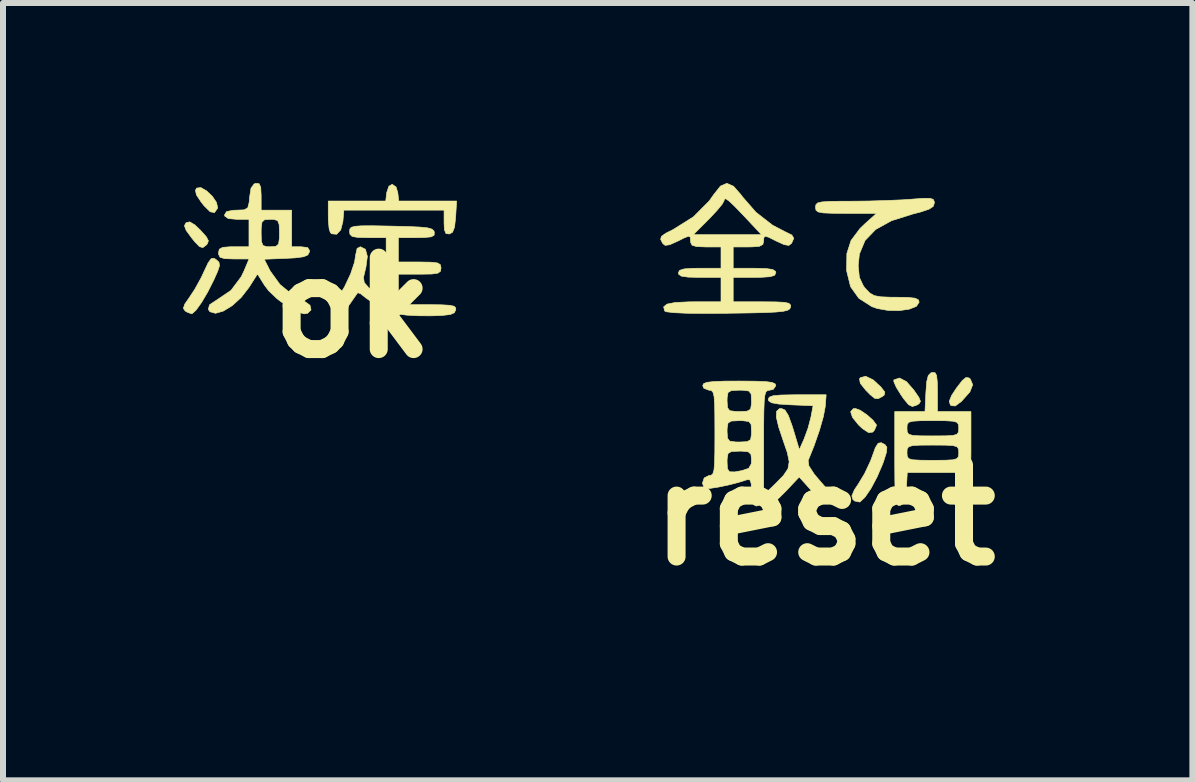
<source format=kicad_pcb>
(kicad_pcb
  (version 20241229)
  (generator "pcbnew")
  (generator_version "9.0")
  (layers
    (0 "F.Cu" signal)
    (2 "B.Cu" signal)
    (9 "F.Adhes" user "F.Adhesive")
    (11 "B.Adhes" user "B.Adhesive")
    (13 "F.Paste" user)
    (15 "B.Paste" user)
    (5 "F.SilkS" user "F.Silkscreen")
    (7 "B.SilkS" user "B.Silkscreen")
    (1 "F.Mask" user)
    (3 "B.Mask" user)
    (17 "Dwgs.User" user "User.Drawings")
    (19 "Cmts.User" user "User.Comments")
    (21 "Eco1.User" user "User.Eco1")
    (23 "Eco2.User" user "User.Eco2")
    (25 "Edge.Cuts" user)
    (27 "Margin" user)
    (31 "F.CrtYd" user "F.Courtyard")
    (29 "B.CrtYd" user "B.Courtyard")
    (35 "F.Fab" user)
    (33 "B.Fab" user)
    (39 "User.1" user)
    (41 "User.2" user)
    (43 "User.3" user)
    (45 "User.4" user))
  (footprint "ok"
    (layer "F.Cu")
    (at 2.826 2.078)
    (property "Reference" "ok" (at 0 0 0) (layer "F.SilkS") (effects (font (size 1.524 1.524) (thickness 0.3))))
    (attr through_hole)
    (fp_poly (pts (xy -2.434 -1.948) (xy -2.338 -1.857) (xy -2.268 -1.754) (xy -2.249 -1.665) (xy -2.252 -1.656) (xy -2.302 -1.585) (xy -2.374 -1.599) (xy -2.476 -1.7) (xy -2.52 -1.755) (xy -2.603 -1.88) (xy -2.619 -1.958) (xy -2.598 -1.994) (xy -2.529 -2.002) (xy -2.434 -1.948)) (stroke (width 0.01) (type solid)) (fill yes) (layer "F.SilkS"))
    (fp_poly (pts (xy -2.627 -1.379) (xy -2.538 -1.294) (xy -2.438 -1.183) (xy -2.403 -1.115) (xy -2.423 -1.062) (xy -2.444 -1.04) (xy -2.496 -1.002) (xy -2.551 -1.018) (xy -2.63 -1.099) (xy -2.681 -1.162) (xy -2.774 -1.289) (xy -2.803 -1.367) (xy -2.776 -1.416) (xy -2.714 -1.431) (xy -2.627 -1.379)) (stroke (width 0.01) (type solid)) (fill yes) (layer "F.SilkS"))
    (fp_poly (pts (xy -2.273 -0.801) (xy -2.227 -0.758) (xy -2.218 -0.702) (xy -2.248 -0.608) (xy -2.312 -0.465) (xy -2.414 -0.263) (xy -2.517 -0.088) (xy -2.608 0.039) (xy -2.674 0.099) (xy -2.683 0.101) (xy -2.752 0.076) (xy -2.788 0.056) (xy -2.821 0.011) (xy -2.797 -0.061) (xy -2.726 -0.162) (xy -2.627 -0.313) (xy -2.523 -0.502) (xy -2.477 -0.601) (xy -2.407 -0.749) (xy -2.357 -0.818) (xy -2.31 -0.824) (xy -2.273 -0.801)) (stroke (width 0.01) (type solid)) (fill yes) (layer "F.SilkS"))
    (fp_poly (pts (xy 0.724 -2.012) (xy 0.753 -1.918) (xy 0.769 -1.778) (xy 1.251 -1.778) (xy 1.733 -1.778) (xy 1.717 -1.512) (xy 1.699 -1.345) (xy 1.665 -1.258) (xy 1.613 -1.229) (xy 1.555 -1.236) (xy 1.529 -1.302) (xy 1.524 -1.419) (xy 1.524 -1.626) (xy -0.146 -1.626) (xy -0.162 -1.436) (xy -0.198 -1.297) (xy -0.266 -1.224) (xy -0.348 -1.232) (xy -0.371 -1.251) (xy -0.392 -1.319) (xy -0.404 -1.452) (xy -0.406 -1.532) (xy -0.406 -1.778) (xy 0.073 -1.778) (xy 0.552 -1.778) (xy 0.568 -1.918) (xy 0.605 -2.025) (xy 0.66 -2.057) (xy 0.724 -2.012)) (stroke (width 0.01) (type solid)) (fill yes) (layer "F.SilkS"))
    (fp_poly (pts (xy -1.558 -2.067) (xy -1.531 -2.007) (xy -1.524 -1.87) (xy -1.524 -1.858) (xy -1.524 -1.626) (xy -1.016 -1.626) (xy -1.016 -1.016) (xy -0.86 -1.016) (xy -0.75 -1.003) (xy -0.718 -0.954) (xy -0.721 -0.927) (xy -0.747 -0.879) (xy -0.818 -0.849) (xy -0.954 -0.831) (xy -1.105 -0.823) (xy -1.473 -0.808) (xy -1.372 -0.61) (xy -1.211 -0.388) (xy -0.986 -0.202) (xy -0.801 -0.107) (xy -0.71 -0.041) (xy -0.693 0.036) (xy -0.749 0.092) (xy -0.808 0.102) (xy -0.931 0.067) (xy -1.091 -0.024) (xy -1.257 -0.148) (xy -1.4 -0.284) (xy -1.47 -0.377) (xy -1.585 -0.562) (xy -1.726 -0.34) (xy -1.857 -0.171) (xy -2.006 -0.035) (xy -2.155 0.056) (xy -2.285 0.093) (xy -2.378 0.067) (xy -2.405 0.027) (xy -2.384 -0.05) (xy -2.265 -0.128) (xy -2.027 -0.289) (xy -1.855 -0.518) (xy -1.805 -0.623) (xy -1.726 -0.813) (xy -1.981 -0.813) (xy -2.133 -0.818) (xy -2.209 -0.841) (xy -2.234 -0.891) (xy -2.235 -0.914) (xy -2.222 -0.975) (xy -2.165 -1.006) (xy -2.04 -1.016) (xy -1.981 -1.016) (xy -1.727 -1.016) (xy -1.727 -1.245) (xy -1.524 -1.245) (xy -1.52 -1.104) (xy -1.494 -1.037) (xy -1.429 -1.017) (xy -1.372 -1.016) (xy -1.278 -1.023) (xy -1.234 -1.061) (xy -1.22 -1.158) (xy -1.219 -1.245) (xy -1.224 -1.385) (xy -1.249 -1.452) (xy -1.314 -1.472) (xy -1.372 -1.473) (xy -1.465 -1.467) (xy -1.51 -1.428) (xy -1.523 -1.331) (xy -1.524 -1.245) (xy -1.727 -1.245) (xy -1.727 -1.473) (xy -1.93 -1.473) (xy -2.072 -1.486) (xy -2.13 -1.527) (xy -2.134 -1.549) (xy -2.1 -1.603) (xy -1.987 -1.624) (xy -1.933 -1.626) (xy -1.807 -1.631) (xy -1.747 -1.665) (xy -1.724 -1.756) (xy -1.717 -1.841) (xy -1.693 -1.993) (xy -1.641 -2.063) (xy -1.613 -2.073) (xy -1.558 -2.067)) (stroke (width 0.01) (type solid)) (fill yes) (layer "F.SilkS"))
    (fp_poly (pts (xy 0.591 -1.361) (xy 0.647 -1.36) (xy 0.928 -1.353) (xy 1.124 -1.344) (xy 1.25 -1.331) (xy 1.321 -1.31) (xy 1.354 -1.281) (xy 1.362 -1.257) (xy 1.358 -1.208) (xy 1.309 -1.181) (xy 1.194 -1.17) (xy 1.071 -1.168) (xy 0.762 -1.168) (xy 0.762 -0.762) (xy 1.118 -0.762) (xy 1.304 -0.759) (xy 1.412 -0.747) (xy 1.461 -0.719) (xy 1.473 -0.668) (xy 1.473 -0.66) (xy 1.464 -0.607) (xy 1.42 -0.576) (xy 1.322 -0.562) (xy 1.146 -0.559) (xy 1.118 -0.559) (xy 0.762 -0.559) (xy 0.762 -0.051) (xy 1.248 -0.051) (xy 1.474 -0.049) (xy 1.616 -0.041) (xy 1.691 -0.025) (xy 1.719 0.004) (xy 1.718 0.038) (xy 1.693 0.085) (xy 1.627 0.113) (xy 1.499 0.128) (xy 1.32 0.135) (xy 1.105 0.134) (xy 0.905 0.124) (xy 0.763 0.106) (xy 0.762 0.106) (xy 0.444 -0.006) (xy 0.216 -0.167) (xy 0.132 -0.234) (xy 0.086 -0.25) (xy 0.085 -0.25) (xy 0.048 -0.198) (xy -0.023 -0.096) (xy -0.045 -0.064) (xy -0.132 0.052) (xy -0.196 0.094) (xy -0.265 0.076) (xy -0.299 0.055) (xy -0.336 0.01) (xy -0.314 -0.061) (xy -0.26 -0.143) (xy -0.136 -0.346) (xy -0.033 -0.564) (xy 0.033 -0.762) (xy 0.05 -0.876) (xy 0.075 -0.988) (xy 0.129 -1.016) (xy 0.214 -0.974) (xy 0.246 -0.855) (xy 0.221 -0.67) (xy 0.213 -0.64) (xy 0.181 -0.504) (xy 0.194 -0.419) (xy 0.265 -0.338) (xy 0.317 -0.292) (xy 0.426 -0.205) (xy 0.505 -0.156) (xy 0.519 -0.152) (xy 0.536 -0.2) (xy 0.549 -0.327) (xy 0.557 -0.513) (xy 0.559 -0.66) (xy 0.559 -1.168) (xy 0.254 -1.168) (xy 0.084 -1.172) (xy -0.008 -1.188) (xy -0.045 -1.225) (xy -0.051 -1.271) (xy -0.046 -1.312) (xy -0.022 -1.34) (xy 0.039 -1.357) (xy 0.15 -1.365) (xy 0.329 -1.366) (xy 0.591 -1.361)) (stroke (width 0.01) (type solid)) (fill yes) (layer "F.SilkS")))
  (footprint "reset"
    (layer "F.Cu")
    (at 10.692 5.535)
    (property "Reference" "reset" (at 0 0 0) (layer "F.SilkS") (effects (font (size 1.524 1.524) (thickness 0.3))))
    (attr through_hole)
    (fp_poly (pts (xy 0.809 -2.255) (xy 0.938 -2.135) (xy 1.002 -2.052) (xy 0.993 -2.002) (xy 0.963 -1.979) (xy 0.892 -1.941) (xy 0.834 -1.947) (xy 0.758 -2.009) (xy 0.685 -2.083) (xy 0.594 -2.197) (xy 0.581 -2.271) (xy 0.594 -2.291) (xy 0.684 -2.315) (xy 0.809 -2.255)) (stroke (width 0.01) (type solid)) (fill yes) (layer "F.SilkS"))
    (fp_poly (pts (xy 0.595 -1.747) (xy 0.704 -1.673) (xy 0.804 -1.584) (xy 0.86 -1.51) (xy 0.864 -1.495) (xy 0.828 -1.413) (xy 0.8 -1.384) (xy 0.732 -1.376) (xy 0.63 -1.443) (xy 0.567 -1.502) (xy 0.464 -1.629) (xy 0.433 -1.724) (xy 0.477 -1.774) (xy 0.513 -1.778) (xy 0.595 -1.747)) (stroke (width 0.01) (type solid)) (fill yes) (layer "F.SilkS"))
    (fp_poly (pts (xy 1.363 -2.226) (xy 1.487 -2.084) (xy 1.57 -1.963) (xy 1.597 -1.897) (xy 1.573 -1.857) (xy 1.528 -1.831) (xy 1.461 -1.811) (xy 1.399 -1.841) (xy 1.318 -1.938) (xy 1.275 -2) (xy 1.195 -2.129) (xy 1.153 -2.224) (xy 1.153 -2.254) (xy 1.247 -2.286) (xy 1.363 -2.226)) (stroke (width 0.01) (type solid)) (fill yes) (layer "F.SilkS"))
    (fp_poly (pts (xy 2.405 -2.287) (xy 2.428 -2.268) (xy 2.467 -2.174) (xy 2.42 -2.054) (xy 2.284 -1.901) (xy 2.275 -1.893) (xy 2.177 -1.82) (xy 2.11 -1.825) (xy 2.095 -1.837) (xy 2.076 -1.896) (xy 2.115 -1.994) (xy 2.196 -2.117) (xy 2.293 -2.243) (xy 2.356 -2.295) (xy 2.405 -2.287)) (stroke (width 0.01) (type solid)) (fill yes) (layer "F.SilkS"))
    (fp_poly (pts (xy 1.006 -1.176) (xy 1.037 -1.132) (xy 1.03 -1.047) (xy 0.983 -0.898) (xy 0.966 -0.851) (xy 0.874 -0.637) (xy 0.772 -0.445) (xy 0.673 -0.3) (xy 0.592 -0.223) (xy 0.582 -0.219) (xy 0.504 -0.235) (xy 0.472 -0.259) (xy 0.453 -0.321) (xy 0.495 -0.421) (xy 0.56 -0.518) (xy 0.667 -0.695) (xy 0.763 -0.9) (xy 0.789 -0.969) (xy 0.845 -1.125) (xy 0.892 -1.199) (xy 0.944 -1.208) (xy 1.006 -1.176)) (stroke (width 0.01) (type solid)) (fill yes) (layer "F.SilkS"))
    (fp_poly (pts (xy 1.809 -5.263) (xy 1.827 -5.225) (xy 1.828 -5.202) (xy 1.809 -5.145) (xy 1.737 -5.098) (xy 1.595 -5.051) (xy 1.47 -5.019) (xy 1.114 -4.907) (xy 0.85 -4.761) (xy 0.673 -4.577) (xy 0.579 -4.351) (xy 0.559 -4.156) (xy 0.579 -3.962) (xy 0.648 -3.816) (xy 0.682 -3.775) (xy 0.752 -3.702) (xy 0.827 -3.659) (xy 0.934 -3.639) (xy 1.103 -3.632) (xy 1.19 -3.632) (xy 1.389 -3.629) (xy 1.507 -3.616) (xy 1.562 -3.589) (xy 1.575 -3.55) (xy 1.529 -3.48) (xy 1.41 -3.433) (xy 1.244 -3.409) (xy 1.058 -3.412) (xy 0.877 -3.444) (xy 0.787 -3.475) (xy 0.569 -3.615) (xy 0.432 -3.807) (xy 0.368 -4.066) (xy 0.366 -4.089) (xy 0.37 -4.36) (xy 0.44 -4.578) (xy 0.589 -4.777) (xy 0.666 -4.851) (xy 0.864 -5.029) (xy 0.356 -5.029) (xy 0.124 -5.031) (xy -0.024 -5.037) (xy -0.107 -5.053) (xy -0.144 -5.081) (xy -0.152 -5.125) (xy -0.152 -5.131) (xy -0.146 -5.174) (xy -0.117 -5.203) (xy -0.047 -5.22) (xy 0.08 -5.229) (xy 0.281 -5.232) (xy 0.45 -5.232) (xy 0.736 -5.235) (xy 1.032 -5.244) (xy 1.296 -5.255) (xy 1.44 -5.265) (xy 1.637 -5.28) (xy 1.753 -5.28) (xy 1.809 -5.263)) (stroke (width 0.01) (type solid)) (fill yes) (layer "F.SilkS"))
    (fp_poly (pts (xy 1.839 -2.375) (xy 1.866 -2.328) (xy 1.877 -2.218) (xy 1.88 -2.061) (xy 1.88 -1.727) (xy 2.438 -1.727) (xy 2.438 -1.029) (xy 2.434 -0.768) (xy 2.426 -0.542) (xy 2.413 -0.369) (xy 2.398 -0.273) (xy 2.394 -0.262) (xy 2.313 -0.205) (xy 2.192 -0.184) (xy 2.074 -0.198) (xy 1.999 -0.248) (xy 1.992 -0.267) (xy 2.005 -0.335) (xy 2.095 -0.356) (xy 2.104 -0.356) (xy 2.193 -0.368) (xy 2.229 -0.426) (xy 2.235 -0.533) (xy 2.235 -0.711) (xy 1.377 -0.711) (xy 1.362 -0.445) (xy 1.344 -0.279) (xy 1.309 -0.191) (xy 1.257 -0.162) (xy 1.224 -0.163) (xy 1.2 -0.19) (xy 1.184 -0.259) (xy 1.174 -0.382) (xy 1.17 -0.574) (xy 1.168 -0.851) (xy 1.168 -0.936) (xy 1.168 -1.041) (xy 1.372 -1.041) (xy 1.376 -0.98) (xy 1.401 -0.942) (xy 1.468 -0.923) (xy 1.596 -0.916) (xy 1.803 -0.914) (xy 2.012 -0.916) (xy 2.14 -0.923) (xy 2.206 -0.943) (xy 2.231 -0.98) (xy 2.235 -1.041) (xy 2.231 -1.103) (xy 2.206 -1.14) (xy 2.139 -1.16) (xy 2.011 -1.167) (xy 1.803 -1.168) (xy 1.594 -1.167) (xy 1.467 -1.16) (xy 1.4 -1.14) (xy 1.375 -1.102) (xy 1.372 -1.041) (xy 1.168 -1.041) (xy 1.168 -1.448) (xy 1.372 -1.448) (xy 1.376 -1.386) (xy 1.401 -1.349) (xy 1.468 -1.329) (xy 1.596 -1.322) (xy 1.803 -1.321) (xy 2.012 -1.322) (xy 2.14 -1.329) (xy 2.206 -1.349) (xy 2.231 -1.387) (xy 2.235 -1.448) (xy 2.231 -1.509) (xy 2.206 -1.547) (xy 2.139 -1.566) (xy 2.011 -1.574) (xy 1.803 -1.575) (xy 1.594 -1.574) (xy 1.467 -1.566) (xy 1.4 -1.547) (xy 1.375 -1.509) (xy 1.372 -1.448) (xy 1.168 -1.448) (xy 1.168 -1.727) (xy 1.672 -1.727) (xy 1.687 -2.044) (xy 1.701 -2.226) (xy 1.727 -2.328) (xy 1.771 -2.372) (xy 1.791 -2.378) (xy 1.839 -2.375)) (stroke (width 0.01) (type solid)) (fill yes) (layer "F.SilkS"))
    (fp_poly (pts (xy -1.518 -5.481) (xy -1.39 -5.335) (xy -1.37 -5.306) (xy -1.144 -5.047) (xy -0.867 -4.832) (xy -0.662 -4.725) (xy -0.547 -4.669) (xy -0.514 -4.615) (xy -0.548 -4.537) (xy -0.553 -4.529) (xy -0.597 -4.495) (xy -0.677 -4.509) (xy -0.806 -4.568) (xy -0.934 -4.632) (xy -0.995 -4.649) (xy -1.014 -4.621) (xy -1.016 -4.573) (xy -1.029 -4.512) (xy -1.085 -4.481) (xy -1.209 -4.471) (xy -1.27 -4.47) (xy -1.524 -4.47) (xy -1.524 -4.115) (xy -1.168 -4.115) (xy -0.975 -4.11) (xy -0.865 -4.094) (xy -0.818 -4.062) (xy -0.813 -4.039) (xy -0.834 -3.997) (xy -0.909 -3.974) (xy -1.057 -3.964) (xy -1.168 -3.962) (xy -1.524 -3.962) (xy -1.524 -3.556) (xy -1.038 -3.556) (xy -0.812 -3.554) (xy -0.67 -3.547) (xy -0.595 -3.53) (xy -0.567 -3.501) (xy -0.568 -3.467) (xy -0.582 -3.437) (xy -0.619 -3.414) (xy -0.692 -3.397) (xy -0.814 -3.385) (xy -0.999 -3.376) (xy -1.258 -3.37) (xy -1.607 -3.365) (xy -1.61 -3.364) (xy -1.998 -3.362) (xy -2.302 -3.365) (xy -2.518 -3.375) (xy -2.64 -3.39) (xy -2.666 -3.403) (xy -2.683 -3.471) (xy -2.628 -3.517) (xy -2.492 -3.544) (xy -2.267 -3.555) (xy -2.181 -3.556) (xy -1.727 -3.556) (xy -1.727 -3.962) (xy -2.083 -3.962) (xy -2.276 -3.967) (xy -2.387 -3.983) (xy -2.433 -4.015) (xy -2.438 -4.039) (xy -2.417 -4.08) (xy -2.342 -4.104) (xy -2.194 -4.114) (xy -2.083 -4.115) (xy -1.727 -4.115) (xy -1.727 -4.47) (xy -1.981 -4.47) (xy -2.133 -4.476) (xy -2.209 -4.498) (xy -2.234 -4.548) (xy -2.235 -4.573) (xy -2.239 -4.633) (xy -2.268 -4.649) (xy -2.346 -4.618) (xy -2.445 -4.568) (xy -2.581 -4.507) (xy -2.658 -4.496) (xy -2.699 -4.529) (xy -2.733 -4.597) (xy -2.72 -4.646) (xy -2.681 -4.674) (xy -2.189 -4.674) (xy -1.052 -4.674) (xy -1.326 -4.966) (xy -1.486 -5.133) (xy -1.59 -5.233) (xy -1.649 -5.274) (xy -1.673 -5.264) (xy -1.676 -5.239) (xy -1.71 -5.179) (xy -1.799 -5.072) (xy -1.923 -4.94) (xy -1.933 -4.93) (xy -2.189 -4.674) (xy -2.681 -4.674) (xy -2.644 -4.7) (xy -2.526 -4.759) (xy -2.188 -4.971) (xy -1.922 -5.238) (xy -1.849 -5.342) (xy -1.736 -5.484) (xy -1.63 -5.53) (xy -1.518 -5.481)) (stroke (width 0.01) (type solid)) (fill yes) (layer "F.SilkS"))
    (fp_poly (pts (xy -1.16 -2.233) (xy -0.983 -2.226) (xy -0.876 -2.212) (xy -0.825 -2.189) (xy -0.813 -2.159) (xy -0.855 -2.097) (xy -0.914 -2.083) (xy -0.951 -2.078) (xy -0.978 -2.055) (xy -0.996 -2) (xy -1.007 -1.898) (xy -1.013 -1.735) (xy -1.016 -1.498) (xy -1.016 -1.209) (xy -1.016 -0.336) (xy -0.834 -0.511) (xy -0.69 -0.657) (xy -0.612 -0.772) (xy -0.591 -0.89) (xy -0.622 -1.043) (xy -0.684 -1.223) (xy -0.766 -1.468) (xy -0.805 -1.633) (xy -0.801 -1.731) (xy -0.755 -1.774) (xy -0.721 -1.778) (xy -0.661 -1.752) (xy -0.605 -1.662) (xy -0.543 -1.492) (xy -0.525 -1.435) (xy -0.422 -1.092) (xy -0.343 -1.27) (xy -0.277 -1.449) (xy -0.229 -1.633) (xy -0.228 -1.636) (xy -0.193 -1.824) (xy -0.566 -1.839) (xy -0.767 -1.852) (xy -0.884 -1.873) (xy -0.934 -1.907) (xy -0.94 -1.93) (xy -0.923 -1.967) (xy -0.859 -1.99) (xy -0.733 -2.002) (xy -0.527 -2.006) (xy -0.457 -2.007) (xy 0.025 -2.007) (xy 0.01 -1.81) (xy -0.021 -1.644) (xy -0.086 -1.415) (xy -0.177 -1.154) (xy -0.275 -0.91) (xy -0.263 -0.822) (xy -0.172 -0.682) (xy -0.079 -0.573) (xy 0.041 -0.434) (xy 0.1 -0.348) (xy 0.107 -0.294) (xy 0.071 -0.25) (xy 0.069 -0.248) (xy 0.014 -0.219) (xy -0.046 -0.237) (xy -0.134 -0.315) (xy -0.219 -0.408) (xy -0.424 -0.636) (xy -0.638 -0.409) (xy -0.763 -0.284) (xy -0.844 -0.228) (xy -0.903 -0.228) (xy -0.929 -0.245) (xy -0.995 -0.28) (xy -1.034 -0.23) (xy -1.101 -0.162) (xy -1.141 -0.152) (xy -1.192 -0.18) (xy -1.215 -0.276) (xy -1.219 -0.386) (xy -1.224 -0.528) (xy -1.246 -0.589) (xy -1.293 -0.591) (xy -1.308 -0.586) (xy -1.438 -0.545) (xy -1.603 -0.503) (xy -1.771 -0.468) (xy -1.912 -0.446) (xy -1.994 -0.442) (xy -2.003 -0.446) (xy -2.037 -0.533) (xy -2.007 -0.621) (xy -1.93 -0.66) (xy -1.89 -0.666) (xy -1.862 -0.692) (xy -1.844 -0.755) (xy -1.834 -0.87) (xy -1.834 -0.889) (xy -1.626 -0.889) (xy -1.62 -0.774) (xy -1.586 -0.723) (xy -1.498 -0.721) (xy -1.378 -0.743) (xy -1.265 -0.781) (xy -1.223 -0.855) (xy -1.219 -0.921) (xy -1.228 -1.014) (xy -1.273 -1.056) (xy -1.384 -1.067) (xy -1.422 -1.067) (xy -1.553 -1.061) (xy -1.61 -1.028) (xy -1.625 -0.941) (xy -1.626 -0.889) (xy -1.834 -0.889) (xy -1.83 -1.053) (xy -1.829 -1.319) (xy -1.829 -1.372) (xy -1.829 -1.397) (xy -1.626 -1.397) (xy -1.619 -1.283) (xy -1.581 -1.233) (xy -1.482 -1.22) (xy -1.422 -1.219) (xy -1.292 -1.225) (xy -1.234 -1.258) (xy -1.22 -1.345) (xy -1.219 -1.397) (xy -1.225 -1.511) (xy -1.263 -1.561) (xy -1.362 -1.574) (xy -1.422 -1.575) (xy -1.553 -1.569) (xy -1.61 -1.536) (xy -1.625 -1.449) (xy -1.626 -1.397) (xy -1.829 -1.397) (xy -1.83 -1.653) (xy -1.833 -1.848) (xy -1.837 -1.905) (xy -1.626 -1.905) (xy -1.619 -1.791) (xy -1.581 -1.741) (xy -1.482 -1.728) (xy -1.422 -1.727) (xy -1.292 -1.733) (xy -1.234 -1.766) (xy -1.22 -1.853) (xy -1.219 -1.905) (xy -1.225 -2.019) (xy -1.263 -2.069) (xy -1.362 -2.082) (xy -1.422 -2.083) (xy -1.553 -2.077) (xy -1.61 -2.044) (xy -1.625 -1.957) (xy -1.626 -1.905) (xy -1.837 -1.905) (xy -1.842 -1.974) (xy -1.859 -2.044) (xy -1.885 -2.075) (xy -1.923 -2.083) (xy -1.93 -2.083) (xy -2.013 -2.115) (xy -2.032 -2.159) (xy -2.017 -2.192) (xy -1.961 -2.214) (xy -1.848 -2.227) (xy -1.663 -2.234) (xy -1.422 -2.235) (xy -1.16 -2.233)) (stroke (width 0.01) (type solid)) (fill yes) (layer "F.SilkS")))
  (gr_rect
    (start -3 -3)
    (end 16.82 9.953)
    (stroke (width 0.1) (type default))
    (fill no)
    (layer "Edge.Cuts")))
</source>
